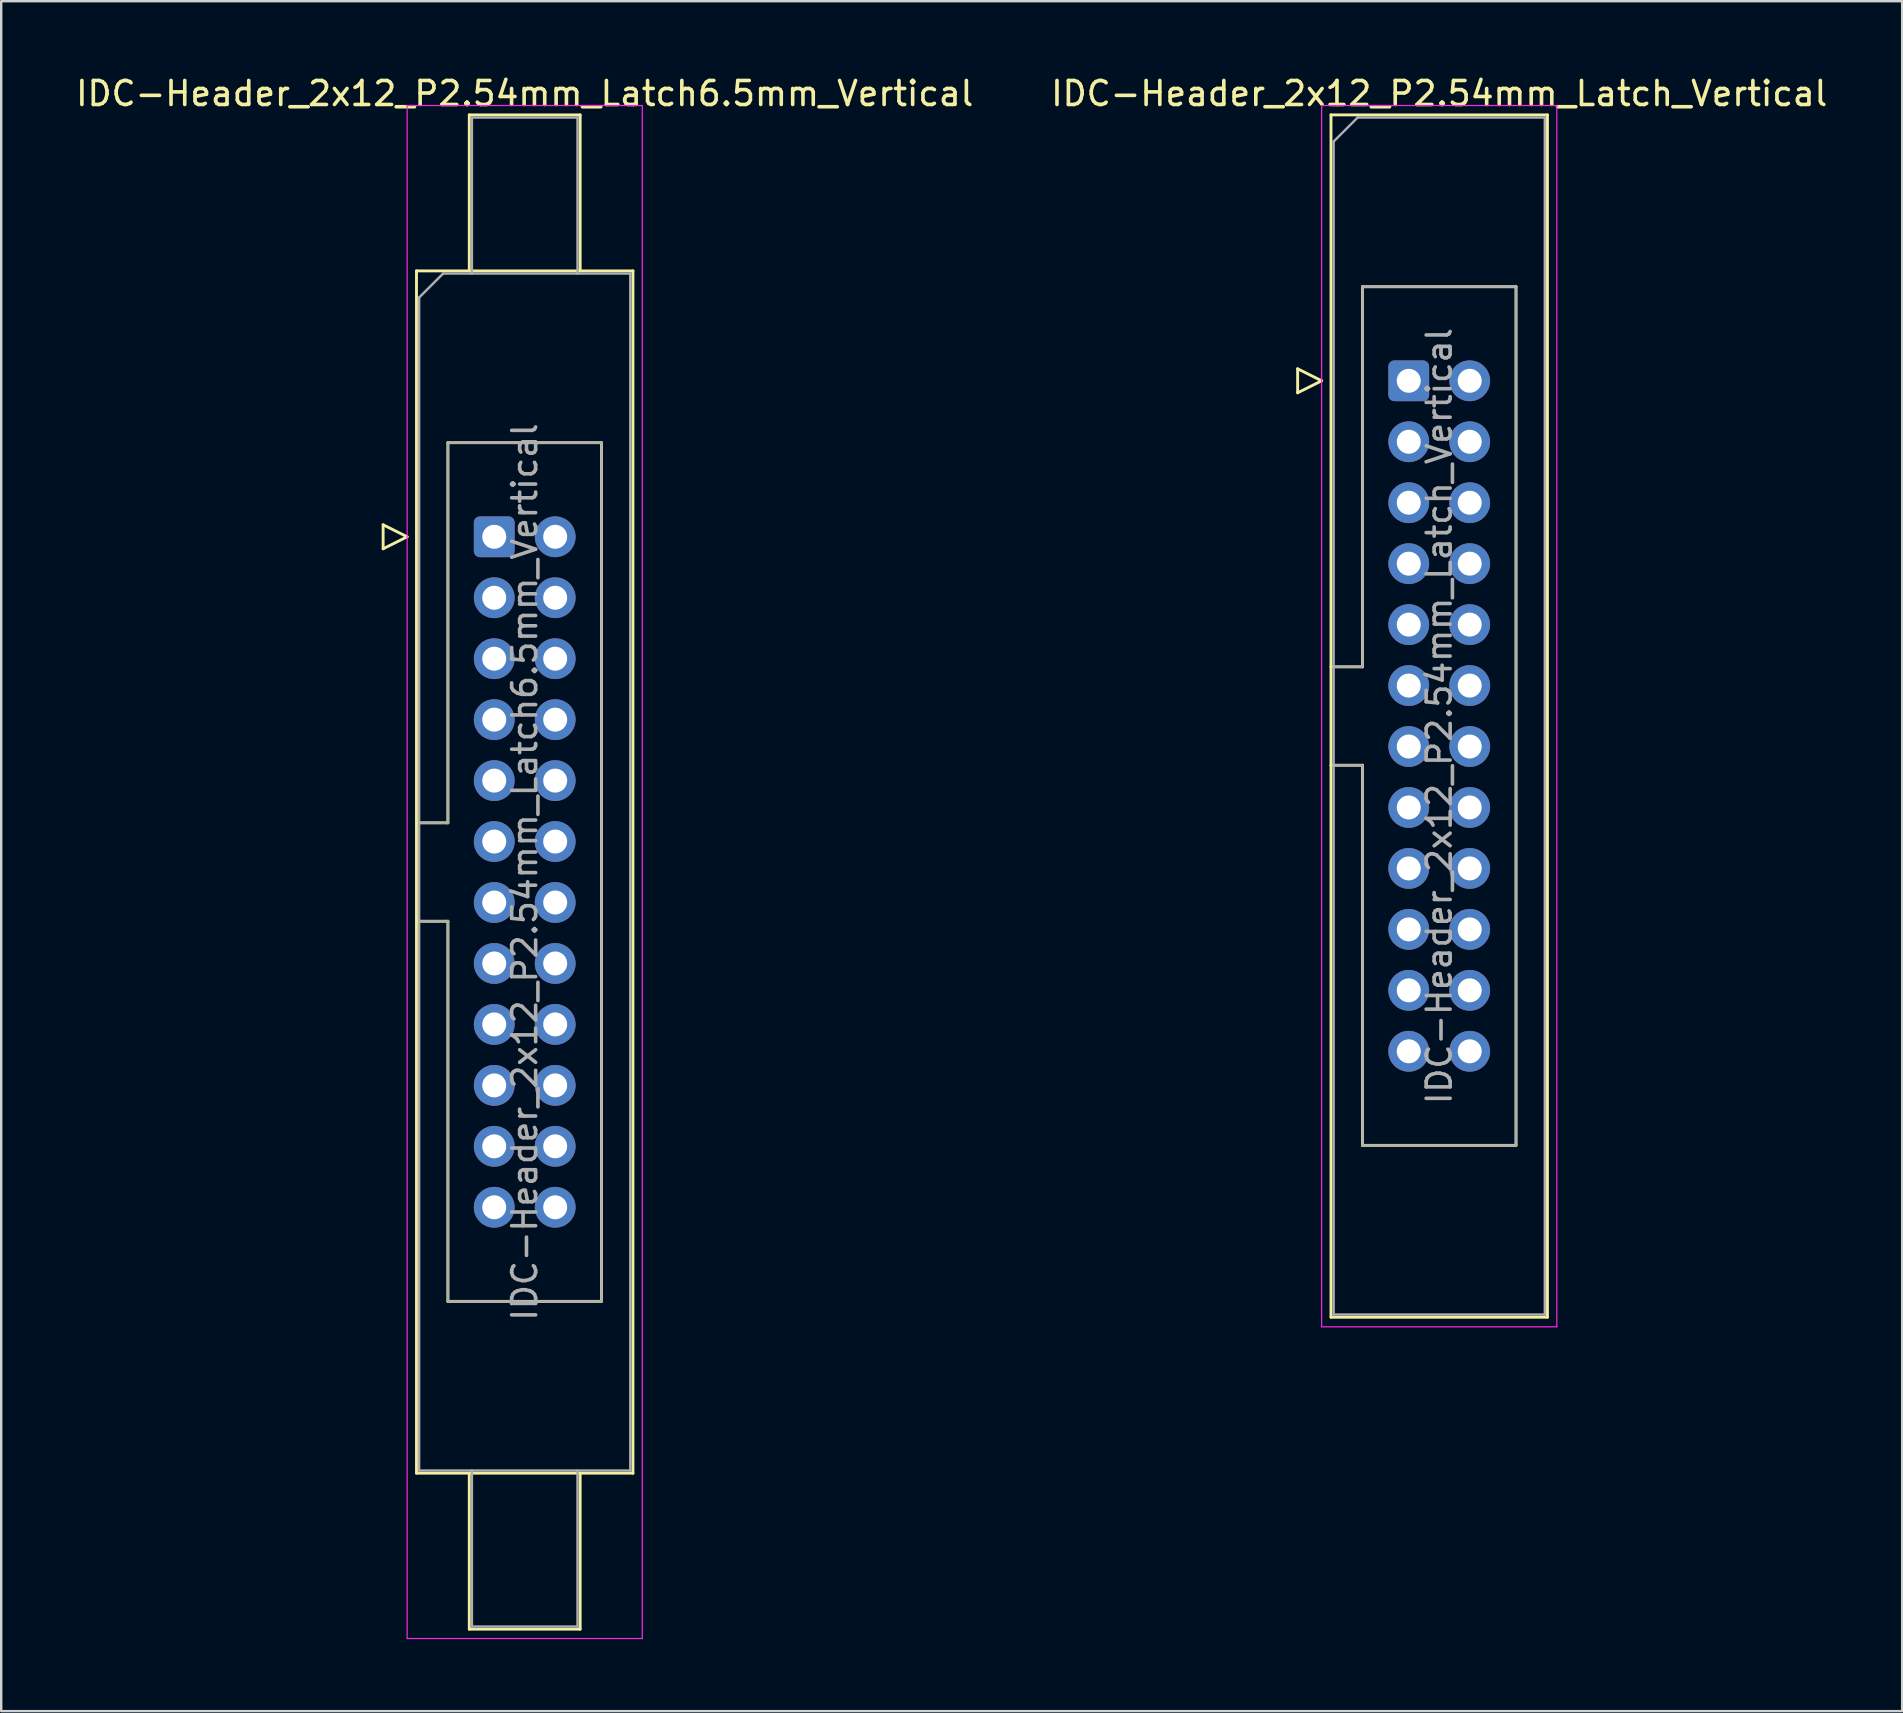
<source format=kicad_pcb>
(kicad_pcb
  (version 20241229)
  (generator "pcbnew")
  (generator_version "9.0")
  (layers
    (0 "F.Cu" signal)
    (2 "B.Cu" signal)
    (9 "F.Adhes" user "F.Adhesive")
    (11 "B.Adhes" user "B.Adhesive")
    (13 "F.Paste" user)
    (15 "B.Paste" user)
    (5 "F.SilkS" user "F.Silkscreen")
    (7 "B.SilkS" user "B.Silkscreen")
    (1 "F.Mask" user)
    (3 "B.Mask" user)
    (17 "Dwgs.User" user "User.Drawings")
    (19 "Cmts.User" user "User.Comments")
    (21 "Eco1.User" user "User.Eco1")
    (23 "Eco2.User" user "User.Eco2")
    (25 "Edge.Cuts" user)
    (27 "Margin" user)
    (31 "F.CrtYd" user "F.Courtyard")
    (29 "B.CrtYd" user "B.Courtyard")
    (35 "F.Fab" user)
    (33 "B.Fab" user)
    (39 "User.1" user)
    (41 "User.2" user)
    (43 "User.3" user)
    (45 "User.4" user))
  (footprint "IDC-Header_2x12_P2.54mm_Latch_Vertical"
    (layer "F.Cu")
    (at 55.653 12.818)
    (property "Reference" "IDC-Header_2x12_P2.54mm_Latch_Vertical" (at 1.27 -11.97 0) (layer "F.SilkS") (effects (font (size 1 1) (thickness 0.15))))
    (attr through_hole)
    (fp_line (start -4.63 -0.5) (end -4.63 0.5) (stroke (width 0.12) (type solid)) (layer "F.SilkS"))
    (fp_line (start -4.63 0.5) (end -3.63 0) (stroke (width 0.12) (type solid)) (layer "F.SilkS"))
    (fp_line (start -3.63 0) (end -4.63 -0.5) (stroke (width 0.12) (type solid)) (layer "F.SilkS"))
    (fp_line (start -3.24 -11.08) (end 5.78 -11.08) (stroke (width 0.12) (type solid)) (layer "F.SilkS"))
    (fp_line (start -3.24 11.92) (end -1.93 11.92) (stroke (width 0.12) (type solid)) (layer "F.SilkS"))
    (fp_line (start -3.24 39.02) (end -3.24 -11.08) (stroke (width 0.12) (type solid)) (layer "F.SilkS"))
    (fp_line (start -1.93 -3.92) (end 4.47 -3.92) (stroke (width 0.12) (type solid)) (layer "F.SilkS"))
    (fp_line (start -1.93 11.92) (end -1.93 -3.92) (stroke (width 0.12) (type solid)) (layer "F.SilkS"))
    (fp_line (start -1.93 16.02) (end -3.24 16.02) (stroke (width 0.12) (type solid)) (layer "F.SilkS"))
    (fp_line (start -1.93 31.86) (end -1.93 16.02) (stroke (width 0.12) (type solid)) (layer "F.SilkS"))
    (fp_line (start 4.47 -3.92) (end 4.47 31.86) (stroke (width 0.12) (type solid)) (layer "F.SilkS"))
    (fp_line (start 4.47 31.86) (end -1.93 31.86) (stroke (width 0.12) (type solid)) (layer "F.SilkS"))
    (fp_line (start 5.78 -11.08) (end 5.78 39.02) (stroke (width 0.12) (type solid)) (layer "F.SilkS"))
    (fp_line (start 5.78 39.02) (end -3.24 39.02) (stroke (width 0.12) (type solid)) (layer "F.SilkS"))
    (fp_line (start -3.63 -11.47) (end -3.63 39.42) (stroke (width 0.05) (type solid)) (layer "F.CrtYd"))
    (fp_line (start -3.63 39.42) (end 6.17 39.42) (stroke (width 0.05) (type solid)) (layer "F.CrtYd"))
    (fp_line (start 6.17 -11.47) (end -3.63 -11.47) (stroke (width 0.05) (type solid)) (layer "F.CrtYd"))
    (fp_line (start 6.17 39.42) (end 6.17 -11.47) (stroke (width 0.05) (type solid)) (layer "F.CrtYd"))
    (fp_line (start -3.13 -9.97) (end -2.13 -10.97) (stroke (width 0.1) (type solid)) (layer "F.Fab"))
    (fp_line (start -3.13 11.92) (end -1.93 11.92) (stroke (width 0.1) (type solid)) (layer "F.Fab"))
    (fp_line (start -3.13 38.91) (end -3.13 -9.97) (stroke (width 0.1) (type solid)) (layer "F.Fab"))
    (fp_line (start -2.13 -10.97) (end 5.67 -10.97) (stroke (width 0.1) (type solid)) (layer "F.Fab"))
    (fp_line (start -1.93 -3.92) (end 4.47 -3.92) (stroke (width 0.1) (type solid)) (layer "F.Fab"))
    (fp_line (start -1.93 11.92) (end -1.93 -3.92) (stroke (width 0.1) (type solid)) (layer "F.Fab"))
    (fp_line (start -1.93 16.02) (end -3.13 16.02) (stroke (width 0.1) (type solid)) (layer "F.Fab"))
    (fp_line (start -1.93 31.86) (end -1.93 16.02) (stroke (width 0.1) (type solid)) (layer "F.Fab"))
    (fp_line (start 4.47 -3.92) (end 4.47 31.86) (stroke (width 0.1) (type solid)) (layer "F.Fab"))
    (fp_line (start 4.47 31.86) (end -1.93 31.86) (stroke (width 0.1) (type solid)) (layer "F.Fab"))
    (fp_line (start 5.67 -10.97) (end 5.67 38.91) (stroke (width 0.1) (type solid)) (layer "F.Fab"))
    (fp_line (start 5.67 38.91) (end -3.13 38.91) (stroke (width 0.1) (type solid)) (layer "F.Fab"))
    (fp_text user "${REFERENCE}" (at 1.27 13.97 90) (layer "F.Fab") (effects (font (size 1 1) (thickness 0.15))))
    (pad "1" thru_hole roundrect (at 0 0) (size 1.7 1.7) (drill 1) (layers "*.Cu" "*.Mask") (roundrect_rratio 0.147))
    (pad "2" thru_hole circle (at 2.54 0) (size 1.7 1.7) (drill 1) (layers "*.Cu" "*.Mask"))
    (pad "3" thru_hole circle (at 0 2.54) (size 1.7 1.7) (drill 1) (layers "*.Cu" "*.Mask"))
    (pad "4" thru_hole circle (at 2.54 2.54) (size 1.7 1.7) (drill 1) (layers "*.Cu" "*.Mask"))
    (pad "5" thru_hole circle (at 0 5.08) (size 1.7 1.7) (drill 1) (layers "*.Cu" "*.Mask"))
    (pad "6" thru_hole circle (at 2.54 5.08) (size 1.7 1.7) (drill 1) (layers "*.Cu" "*.Mask"))
    (pad "7" thru_hole circle (at 0 7.62) (size 1.7 1.7) (drill 1) (layers "*.Cu" "*.Mask"))
    (pad "8" thru_hole circle (at 2.54 7.62) (size 1.7 1.7) (drill 1) (layers "*.Cu" "*.Mask"))
    (pad "9" thru_hole circle (at 0 10.16) (size 1.7 1.7) (drill 1) (layers "*.Cu" "*.Mask"))
    (pad "10" thru_hole circle (at 2.54 10.16) (size 1.7 1.7) (drill 1) (layers "*.Cu" "*.Mask"))
    (pad "11" thru_hole circle (at 0 12.7) (size 1.7 1.7) (drill 1) (layers "*.Cu" "*.Mask"))
    (pad "12" thru_hole circle (at 2.54 12.7) (size 1.7 1.7) (drill 1) (layers "*.Cu" "*.Mask"))
    (pad "13" thru_hole circle (at 0 15.24) (size 1.7 1.7) (drill 1) (layers "*.Cu" "*.Mask"))
    (pad "14" thru_hole circle (at 2.54 15.24) (size 1.7 1.7) (drill 1) (layers "*.Cu" "*.Mask"))
    (pad "15" thru_hole circle (at 0 17.78) (size 1.7 1.7) (drill 1) (layers "*.Cu" "*.Mask"))
    (pad "16" thru_hole circle (at 2.54 17.78) (size 1.7 1.7) (drill 1) (layers "*.Cu" "*.Mask"))
    (pad "17" thru_hole circle (at 0 20.32) (size 1.7 1.7) (drill 1) (layers "*.Cu" "*.Mask"))
    (pad "18" thru_hole circle (at 2.54 20.32) (size 1.7 1.7) (drill 1) (layers "*.Cu" "*.Mask"))
    (pad "19" thru_hole circle (at 0 22.86) (size 1.7 1.7) (drill 1) (layers "*.Cu" "*.Mask"))
    (pad "20" thru_hole circle (at 2.54 22.86) (size 1.7 1.7) (drill 1) (layers "*.Cu" "*.Mask"))
    (pad "21" thru_hole circle (at 0 25.4) (size 1.7 1.7) (drill 1) (layers "*.Cu" "*.Mask"))
    (pad "22" thru_hole circle (at 2.54 25.4) (size 1.7 1.7) (drill 1) (layers "*.Cu" "*.Mask"))
    (pad "23" thru_hole circle (at 0 27.94) (size 1.7 1.7) (drill 1) (layers "*.Cu" "*.Mask"))
    (pad "24" thru_hole circle (at 2.54 27.94) (size 1.7 1.7) (drill 1) (layers "*.Cu" "*.Mask")))
  (footprint "IDC-Header_2x12_P2.54mm_Latch6.5mm_Vertical"
    (layer "F.Cu")
    (at 17.545 19.318)
    (property "Reference" "IDC-Header_2x12_P2.54mm_Latch6.5mm_Vertical" (at 1.27 -18.47 0) (layer "F.SilkS") (effects (font (size 1 1) (thickness 0.15))))
    (attr through_hole)
    (fp_line (start -4.63 -0.5) (end -4.63 0.5) (stroke (width 0.12) (type solid)) (layer "F.SilkS"))
    (fp_line (start -4.63 0.5) (end -3.63 0) (stroke (width 0.12) (type solid)) (layer "F.SilkS"))
    (fp_line (start -3.63 0) (end -4.63 -0.5) (stroke (width 0.12) (type solid)) (layer "F.SilkS"))
    (fp_line (start -3.24 -11.08) (end 5.78 -11.08) (stroke (width 0.12) (type solid)) (layer "F.SilkS"))
    (fp_line (start -3.24 11.92) (end -1.93 11.92) (stroke (width 0.12) (type solid)) (layer "F.SilkS"))
    (fp_line (start -3.24 39.02) (end -3.24 -11.08) (stroke (width 0.12) (type solid)) (layer "F.SilkS"))
    (fp_line (start -1.93 -3.92) (end 4.47 -3.92) (stroke (width 0.12) (type solid)) (layer "F.SilkS"))
    (fp_line (start -1.93 11.92) (end -1.93 -3.92) (stroke (width 0.12) (type solid)) (layer "F.SilkS"))
    (fp_line (start -1.93 16.02) (end -3.24 16.02) (stroke (width 0.12) (type solid)) (layer "F.SilkS"))
    (fp_line (start -1.93 31.86) (end -1.93 16.02) (stroke (width 0.12) (type solid)) (layer "F.SilkS"))
    (fp_line (start -1.04 -17.58) (end 3.58 -17.58) (stroke (width 0.12) (type solid)) (layer "F.SilkS"))
    (fp_line (start -1.04 -11.08) (end -1.04 -17.58) (stroke (width 0.12) (type solid)) (layer "F.SilkS"))
    (fp_line (start -1.04 39.02) (end -1.04 45.52) (stroke (width 0.12) (type solid)) (layer "F.SilkS"))
    (fp_line (start -1.04 45.52) (end 3.58 45.52) (stroke (width 0.12) (type solid)) (layer "F.SilkS"))
    (fp_line (start 3.58 -17.58) (end 3.58 -11.08) (stroke (width 0.12) (type solid)) (layer "F.SilkS"))
    (fp_line (start 3.58 45.52) (end 3.58 39.02) (stroke (width 0.12) (type solid)) (layer "F.SilkS"))
    (fp_line (start 4.47 -3.92) (end 4.47 31.86) (stroke (width 0.12) (type solid)) (layer "F.SilkS"))
    (fp_line (start 4.47 31.86) (end -1.93 31.86) (stroke (width 0.12) (type solid)) (layer "F.SilkS"))
    (fp_line (start 5.78 -11.08) (end 5.78 39.02) (stroke (width 0.12) (type solid)) (layer "F.SilkS"))
    (fp_line (start 5.78 39.02) (end -3.24 39.02) (stroke (width 0.12) (type solid)) (layer "F.SilkS"))
    (fp_line (start -3.63 -17.97) (end -3.63 45.91) (stroke (width 0.05) (type solid)) (layer "F.CrtYd"))
    (fp_line (start -3.63 45.91) (end 6.17 45.91) (stroke (width 0.05) (type solid)) (layer "F.CrtYd"))
    (fp_line (start 6.17 -17.97) (end -3.63 -17.97) (stroke (width 0.05) (type solid)) (layer "F.CrtYd"))
    (fp_line (start 6.17 45.91) (end 6.17 -17.97) (stroke (width 0.05) (type solid)) (layer "F.CrtYd"))
    (fp_line (start -3.13 -9.97) (end -2.13 -10.97) (stroke (width 0.1) (type solid)) (layer "F.Fab"))
    (fp_line (start -3.13 11.92) (end -1.93 11.92) (stroke (width 0.1) (type solid)) (layer "F.Fab"))
    (fp_line (start -3.13 38.91) (end -3.13 -9.97) (stroke (width 0.1) (type solid)) (layer "F.Fab"))
    (fp_line (start -2.13 -10.97) (end 5.67 -10.97) (stroke (width 0.1) (type solid)) (layer "F.Fab"))
    (fp_line (start -1.93 -3.92) (end 4.47 -3.92) (stroke (width 0.1) (type solid)) (layer "F.Fab"))
    (fp_line (start -1.93 11.92) (end -1.93 -3.92) (stroke (width 0.1) (type solid)) (layer "F.Fab"))
    (fp_line (start -1.93 16.02) (end -3.13 16.02) (stroke (width 0.1) (type solid)) (layer "F.Fab"))
    (fp_line (start -1.93 31.86) (end -1.93 16.02) (stroke (width 0.1) (type solid)) (layer "F.Fab"))
    (fp_line (start -0.93 -17.47) (end 3.47 -17.47) (stroke (width 0.1) (type solid)) (layer "F.Fab"))
    (fp_line (start -0.93 -10.97) (end -0.93 -17.47) (stroke (width 0.1) (type solid)) (layer "F.Fab"))
    (fp_line (start -0.93 38.91) (end -0.93 45.41) (stroke (width 0.1) (type solid)) (layer "F.Fab"))
    (fp_line (start -0.93 45.41) (end 3.47 45.41) (stroke (width 0.1) (type solid)) (layer "F.Fab"))
    (fp_line (start 3.47 -17.47) (end 3.47 -10.97) (stroke (width 0.1) (type solid)) (layer "F.Fab"))
    (fp_line (start 3.47 45.41) (end 3.47 38.91) (stroke (width 0.1) (type solid)) (layer "F.Fab"))
    (fp_line (start 4.47 -3.92) (end 4.47 31.86) (stroke (width 0.1) (type solid)) (layer "F.Fab"))
    (fp_line (start 4.47 31.86) (end -1.93 31.86) (stroke (width 0.1) (type solid)) (layer "F.Fab"))
    (fp_line (start 5.67 -10.97) (end 5.67 38.91) (stroke (width 0.1) (type solid)) (layer "F.Fab"))
    (fp_line (start 5.67 38.91) (end -3.13 38.91) (stroke (width 0.1) (type solid)) (layer "F.Fab"))
    (fp_text user "${REFERENCE}" (at 1.27 13.97 90) (layer "F.Fab") (effects (font (size 1 1) (thickness 0.15))))
    (pad "1" thru_hole roundrect (at 0 0) (size 1.7 1.7) (drill 1) (layers "*.Cu" "*.Mask") (roundrect_rratio 0.147))
    (pad "2" thru_hole circle (at 2.54 0) (size 1.7 1.7) (drill 1) (layers "*.Cu" "*.Mask"))
    (pad "3" thru_hole circle (at 0 2.54) (size 1.7 1.7) (drill 1) (layers "*.Cu" "*.Mask"))
    (pad "4" thru_hole circle (at 2.54 2.54) (size 1.7 1.7) (drill 1) (layers "*.Cu" "*.Mask"))
    (pad "5" thru_hole circle (at 0 5.08) (size 1.7 1.7) (drill 1) (layers "*.Cu" "*.Mask"))
    (pad "6" thru_hole circle (at 2.54 5.08) (size 1.7 1.7) (drill 1) (layers "*.Cu" "*.Mask"))
    (pad "7" thru_hole circle (at 0 7.62) (size 1.7 1.7) (drill 1) (layers "*.Cu" "*.Mask"))
    (pad "8" thru_hole circle (at 2.54 7.62) (size 1.7 1.7) (drill 1) (layers "*.Cu" "*.Mask"))
    (pad "9" thru_hole circle (at 0 10.16) (size 1.7 1.7) (drill 1) (layers "*.Cu" "*.Mask"))
    (pad "10" thru_hole circle (at 2.54 10.16) (size 1.7 1.7) (drill 1) (layers "*.Cu" "*.Mask"))
    (pad "11" thru_hole circle (at 0 12.7) (size 1.7 1.7) (drill 1) (layers "*.Cu" "*.Mask"))
    (pad "12" thru_hole circle (at 2.54 12.7) (size 1.7 1.7) (drill 1) (layers "*.Cu" "*.Mask"))
    (pad "13" thru_hole circle (at 0 15.24) (size 1.7 1.7) (drill 1) (layers "*.Cu" "*.Mask"))
    (pad "14" thru_hole circle (at 2.54 15.24) (size 1.7 1.7) (drill 1) (layers "*.Cu" "*.Mask"))
    (pad "15" thru_hole circle (at 0 17.78) (size 1.7 1.7) (drill 1) (layers "*.Cu" "*.Mask"))
    (pad "16" thru_hole circle (at 2.54 17.78) (size 1.7 1.7) (drill 1) (layers "*.Cu" "*.Mask"))
    (pad "17" thru_hole circle (at 0 20.32) (size 1.7 1.7) (drill 1) (layers "*.Cu" "*.Mask"))
    (pad "18" thru_hole circle (at 2.54 20.32) (size 1.7 1.7) (drill 1) (layers "*.Cu" "*.Mask"))
    (pad "19" thru_hole circle (at 0 22.86) (size 1.7 1.7) (drill 1) (layers "*.Cu" "*.Mask"))
    (pad "20" thru_hole circle (at 2.54 22.86) (size 1.7 1.7) (drill 1) (layers "*.Cu" "*.Mask"))
    (pad "21" thru_hole circle (at 0 25.4) (size 1.7 1.7) (drill 1) (layers "*.Cu" "*.Mask"))
    (pad "22" thru_hole circle (at 2.54 25.4) (size 1.7 1.7) (drill 1) (layers "*.Cu" "*.Mask"))
    (pad "23" thru_hole circle (at 0 27.94) (size 1.7 1.7) (drill 1) (layers "*.Cu" "*.Mask"))
    (pad "24" thru_hole circle (at 2.54 27.94) (size 1.7 1.7) (drill 1) (layers "*.Cu" "*.Mask")))
  (gr_rect
    (start -3 -3)
    (end 76.214 68.253)
    (stroke (width 0.1) (type default))
    (fill no)
    (layer "Edge.Cuts")))
</source>
